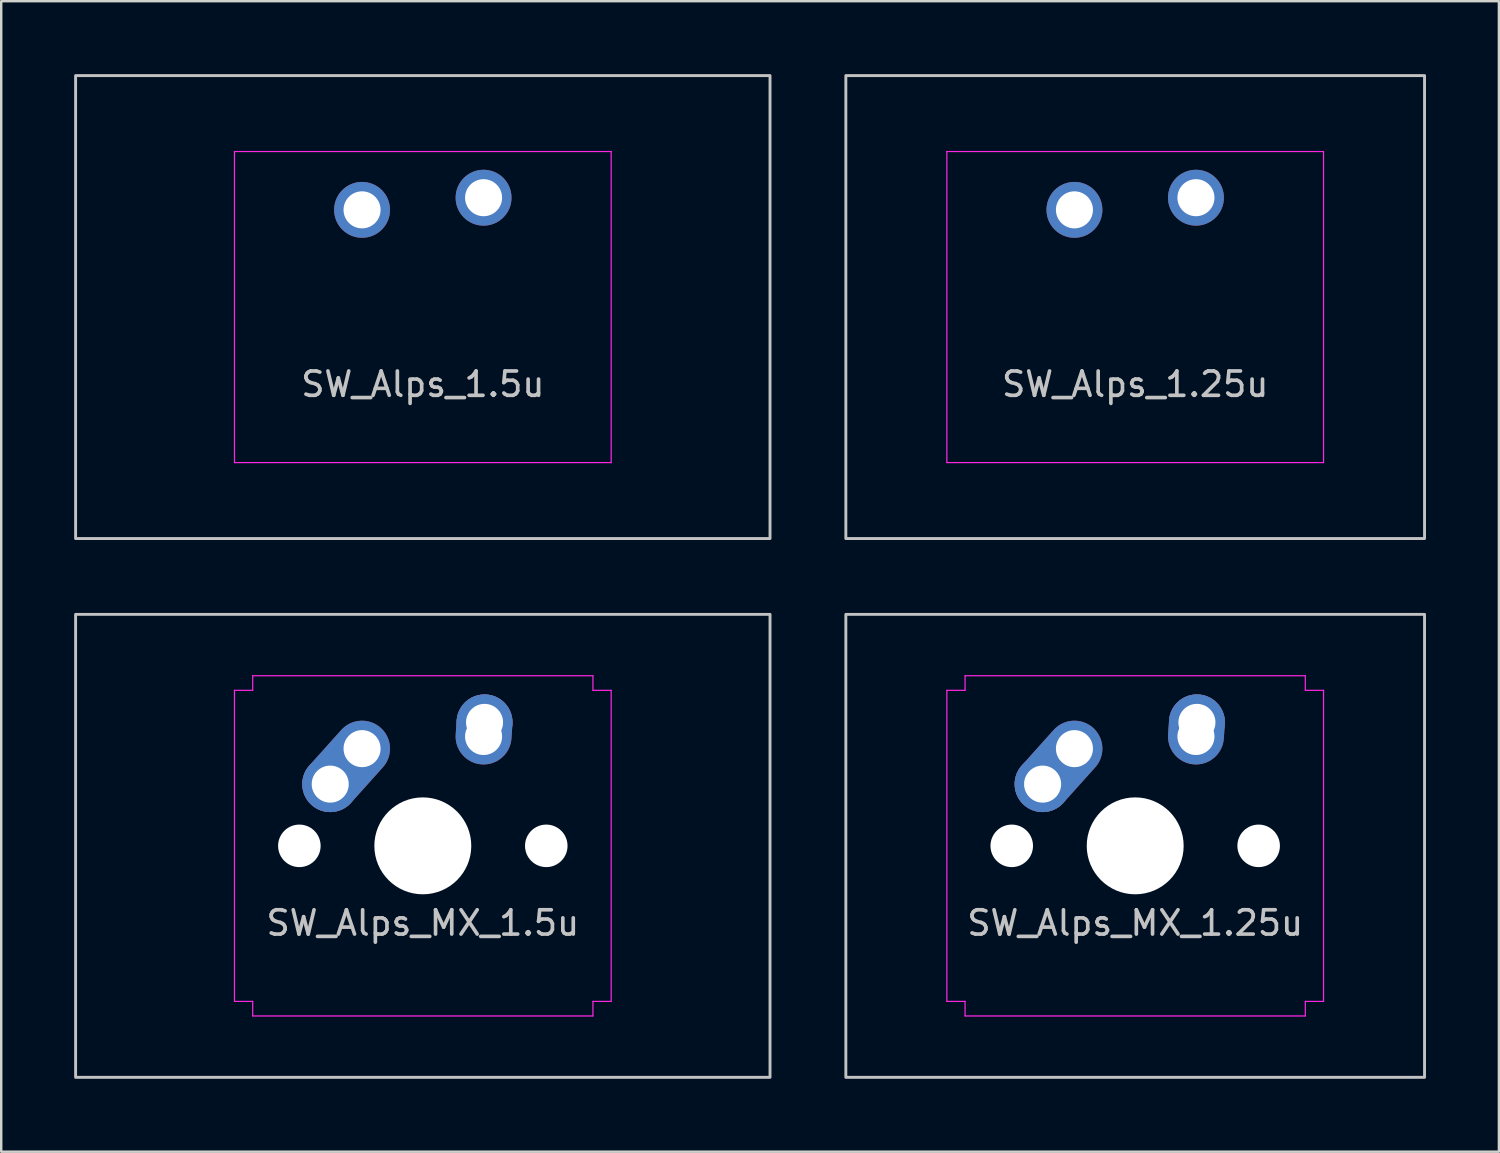
<source format=kicad_pcb>
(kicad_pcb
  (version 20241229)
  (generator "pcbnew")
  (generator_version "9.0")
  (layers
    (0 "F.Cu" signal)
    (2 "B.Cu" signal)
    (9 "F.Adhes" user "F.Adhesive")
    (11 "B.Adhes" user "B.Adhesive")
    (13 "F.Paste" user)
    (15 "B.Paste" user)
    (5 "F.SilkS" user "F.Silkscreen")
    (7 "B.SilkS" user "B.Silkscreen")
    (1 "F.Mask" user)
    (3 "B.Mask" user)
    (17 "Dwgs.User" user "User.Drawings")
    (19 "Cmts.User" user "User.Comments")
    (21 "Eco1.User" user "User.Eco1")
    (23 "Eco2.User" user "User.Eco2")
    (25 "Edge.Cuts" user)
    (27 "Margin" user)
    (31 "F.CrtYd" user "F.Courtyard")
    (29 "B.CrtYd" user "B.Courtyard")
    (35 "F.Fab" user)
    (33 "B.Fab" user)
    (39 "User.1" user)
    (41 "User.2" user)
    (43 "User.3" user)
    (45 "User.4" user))
  (footprint "SW_Alps_1.5u"
    (layer "F.Cu")
    (at 14.348 9.585)
    (property "Reference" "SW_Alps_1.5u" (at 0 3.175 0) (layer "Dwgs.User") (effects (font (size 1 1) (thickness 0.15))))
    (attr through_hole exclude_from_pos_files exclude_from_bom)
    (fp_rect (start -14.287 -9.525) (end 14.287 9.525) (stroke (width 0.12) (type solid)) (fill no) (layer "Dwgs.User"))
    (fp_line (start -7.75 -5.9) (end -7.75 5.9) (stroke (width 0.05) (type solid)) (layer "Eco2.User"))
    (fp_line (start -7.25 -6.4) (end 7.25 -6.4) (stroke (width 0.05) (type solid)) (layer "Eco2.User"))
    (fp_line (start -7.25 6.4) (end 7.25 6.4) (stroke (width 0.05) (type solid)) (layer "Eco2.User"))
    (fp_line (start 7.75 -5.9) (end 7.75 5.9) (stroke (width 0.05) (type solid)) (layer "Eco2.User"))
    (fp_arc (start -7.75 -5.9) (mid -7.603553 -6.253553) (end -7.25 -6.4) (stroke (width 0.05) (type solid)) (layer "Eco2.User"))
    (fp_arc (start -7.25 6.4) (mid -7.603553 6.253553) (end -7.75 5.9) (stroke (width 0.05) (type solid)) (layer "Eco2.User"))
    (fp_arc (start 7.25 -6.4) (mid 7.603553 -6.253553) (end 7.75 -5.9) (stroke (width 0.05) (type solid)) (layer "Eco2.User"))
    (fp_arc (start 7.75 5.9) (mid 7.603553 6.253553) (end 7.25 6.4) (stroke (width 0.05) (type solid)) (layer "Eco2.User"))
    (fp_line (start -7.75 -6.4) (end -7.75 6.4) (stroke (width 0.05) (type solid)) (layer "F.CrtYd"))
    (fp_line (start -7.75 6.4) (end 7.75 6.4) (stroke (width 0.05) (type solid)) (layer "F.CrtYd"))
    (fp_line (start 7.75 -6.4) (end -7.75 -6.4) (stroke (width 0.05) (type solid)) (layer "F.CrtYd"))
    (fp_line (start 7.75 6.4) (end 7.75 -6.4) (stroke (width 0.05) (type solid)) (layer "F.CrtYd"))
    (pad "1" thru_hole circle (at -2.5 -4 318.1) (size 2.3 2.3) (drill 1.524) (layers "*.Cu" "B.Mask"))
    (pad "2" thru_hole circle (at 2.5 -4.5 176.1) (size 2.3 2.3) (drill 1.524) (layers "*.Cu" "B.Mask")))
  (footprint "SW_Alps_MX_1.5u"
    (layer "F.Cu")
    (at 14.348 31.755)
    (property "Reference" "SW_Alps_MX_1.5u" (at 0 3.175 0) (layer "Dwgs.User") (effects (font (size 1 1) (thickness 0.15))))
    (attr through_hole exclude_from_pos_files exclude_from_bom)
    (fp_rect (start -14.287 -9.525) (end 14.287 9.525) (stroke (width 0.12) (type solid)) (fill no) (layer "Dwgs.User"))
    (fp_line (start -7.75 -5.9) (end -7.75 5.9) (stroke (width 0.05) (type solid)) (layer "Eco2.User"))
    (fp_line (start -7.25 -6.4) (end -7 -6.4) (stroke (width 0.05) (type solid)) (layer "Eco2.User"))
    (fp_line (start -7.25 6.4) (end -7 6.4) (stroke (width 0.05) (type solid)) (layer "Eco2.User"))
    (fp_line (start -7 -6.4) (end -7 -6.5) (stroke (width 0.05) (type solid)) (layer "Eco2.User"))
    (fp_line (start -7 6.4) (end -7 6.5) (stroke (width 0.05) (type solid)) (layer "Eco2.User"))
    (fp_line (start -6.5 -7) (end 6.5 -7) (stroke (width 0.05) (type solid)) (layer "Eco2.User"))
    (fp_line (start -6.5 7) (end 6.5 7) (stroke (width 0.05) (type solid)) (layer "Eco2.User"))
    (fp_line (start 7 -6.4) (end 7 -6.5) (stroke (width 0.05) (type solid)) (layer "Eco2.User"))
    (fp_line (start 7 6.4) (end 7 6.5) (stroke (width 0.05) (type solid)) (layer "Eco2.User"))
    (fp_line (start 7.25 -6.4) (end 7 -6.4) (stroke (width 0.05) (type solid)) (layer "Eco2.User"))
    (fp_line (start 7.25 6.4) (end 7 6.4) (stroke (width 0.05) (type solid)) (layer "Eco2.User"))
    (fp_line (start 7.75 -5.9) (end 7.75 5.9) (stroke (width 0.05) (type solid)) (layer "Eco2.User"))
    (fp_arc (start -7.75 -5.9) (mid -7.603553 -6.253553) (end -7.25 -6.4) (stroke (width 0.05) (type solid)) (layer "Eco2.User"))
    (fp_arc (start -7.25 6.4) (mid -7.603553 6.253553) (end -7.75 5.9) (stroke (width 0.05) (type solid)) (layer "Eco2.User"))
    (fp_arc (start -7 -6.5) (mid -6.853553 -6.853553) (end -6.5 -7) (stroke (width 0.05) (type solid)) (layer "Eco2.User"))
    (fp_arc (start -6.5 7) (mid -6.853553 6.853553) (end -7 6.5) (stroke (width 0.05) (type solid)) (layer "Eco2.User"))
    (fp_arc (start 6.5 -7) (mid 6.853553 -6.853553) (end 7 -6.5) (stroke (width 0.05) (type solid)) (layer "Eco2.User"))
    (fp_arc (start 7 6.5) (mid 6.853553 6.853553) (end 6.5 7) (stroke (width 0.05) (type solid)) (layer "Eco2.User"))
    (fp_arc (start 7.25 -6.4) (mid 7.603553 -6.253553) (end 7.75 -5.9) (stroke (width 0.05) (type solid)) (layer "Eco2.User"))
    (fp_arc (start 7.75 5.9) (mid 7.603553 6.253553) (end 7.25 6.4) (stroke (width 0.05) (type solid)) (layer "Eco2.User"))
    (fp_line (start -7.75 -6.4) (end -7.75 6.4) (stroke (width 0.05) (type solid)) (layer "F.CrtYd"))
    (fp_line (start -7.75 -6.4) (end -7 -6.4) (stroke (width 0.05) (type solid)) (layer "F.CrtYd"))
    (fp_line (start -7.75 6.4) (end -7 6.4) (stroke (width 0.05) (type solid)) (layer "F.CrtYd"))
    (fp_line (start -7 -7) (end -7 -6.4) (stroke (width 0.05) (type solid)) (layer "F.CrtYd"))
    (fp_line (start -7 7) (end -7 6.4) (stroke (width 0.05) (type solid)) (layer "F.CrtYd"))
    (fp_line (start -7 7) (end 7 7) (stroke (width 0.05) (type solid)) (layer "F.CrtYd"))
    (fp_line (start 7 -7) (end -7 -7) (stroke (width 0.05) (type solid)) (layer "F.CrtYd"))
    (fp_line (start 7 -7) (end 7 -6.4) (stroke (width 0.05) (type solid)) (layer "F.CrtYd"))
    (fp_line (start 7 7) (end 7 6.4) (stroke (width 0.05) (type solid)) (layer "F.CrtYd"))
    (fp_line (start 7.75 -6.4) (end 7 -6.4) (stroke (width 0.05) (type solid)) (layer "F.CrtYd"))
    (fp_line (start 7.75 6.4) (end 7 6.4) (stroke (width 0.05) (type solid)) (layer "F.CrtYd"))
    (fp_line (start 7.75 6.4) (end 7.75 -6.4) (stroke (width 0.05) (type solid)) (layer "F.CrtYd"))
    (pad "" np_thru_hole circle (at -5.08 0) (size 1.75 1.75) (drill 1.75) (layers "*.Cu" "*.Mask"))
    (pad "" np_thru_hole circle (at 0 0) (size 3.988 3.988) (drill 3.988) (layers "*.Cu" "*.Mask"))
    (pad "" np_thru_hole circle (at 5.08 0) (size 1.75 1.75) (drill 1.75) (layers "*.Cu" "*.Mask"))
    (pad "1" thru_hole circle (at -3.81 -2.54) (size 2.3 2.3) (drill 1.524) (layers "*.Cu" "B.Mask"))
    (pad "1" thru_hole oval (at -2.5 -4 318.1) (size 2.3 4.262) (drill 1.524 (offset 0 0.981)) (layers "*.Cu" "B.Mask"))
    (pad "2" thru_hole oval (at 2.5 -4.5 176.1) (size 2.3 2.881) (drill 1.524 (offset 0 0.29)) (layers "*.Cu" "B.Mask"))
    (pad "2" thru_hole circle (at 2.54 -5.08) (size 2.3 2.3) (drill 1.524) (layers "*.Cu" "B.Mask")))
  (footprint "SW_Alps_MX_1.25u"
    (layer "F.Cu")
    (at 43.661 31.755)
    (property "Reference" "SW_Alps_MX_1.25u" (at 0 3.175 0) (layer "Dwgs.User") (effects (font (size 1 1) (thickness 0.15))))
    (attr through_hole exclude_from_pos_files exclude_from_bom)
    (fp_rect (start -11.906 -9.525) (end 11.906 9.525) (stroke (width 0.12) (type solid)) (fill no) (layer "Dwgs.User"))
    (fp_line (start -7.75 -5.9) (end -7.75 5.9) (stroke (width 0.05) (type solid)) (layer "Eco2.User"))
    (fp_line (start -7.25 -6.4) (end -7 -6.4) (stroke (width 0.05) (type solid)) (layer "Eco2.User"))
    (fp_line (start -7.25 6.4) (end -7 6.4) (stroke (width 0.05) (type solid)) (layer "Eco2.User"))
    (fp_line (start -7 -6.4) (end -7 -6.5) (stroke (width 0.05) (type solid)) (layer "Eco2.User"))
    (fp_line (start -7 6.4) (end -7 6.5) (stroke (width 0.05) (type solid)) (layer "Eco2.User"))
    (fp_line (start -6.5 -7) (end 6.5 -7) (stroke (width 0.05) (type solid)) (layer "Eco2.User"))
    (fp_line (start -6.5 7) (end 6.5 7) (stroke (width 0.05) (type solid)) (layer "Eco2.User"))
    (fp_line (start 7 -6.4) (end 7 -6.5) (stroke (width 0.05) (type solid)) (layer "Eco2.User"))
    (fp_line (start 7 6.4) (end 7 6.5) (stroke (width 0.05) (type solid)) (layer "Eco2.User"))
    (fp_line (start 7.25 -6.4) (end 7 -6.4) (stroke (width 0.05) (type solid)) (layer "Eco2.User"))
    (fp_line (start 7.25 6.4) (end 7 6.4) (stroke (width 0.05) (type solid)) (layer "Eco2.User"))
    (fp_line (start 7.75 -5.9) (end 7.75 5.9) (stroke (width 0.05) (type solid)) (layer "Eco2.User"))
    (fp_arc (start -7.75 -5.9) (mid -7.603553 -6.253553) (end -7.25 -6.4) (stroke (width 0.05) (type solid)) (layer "Eco2.User"))
    (fp_arc (start -7.25 6.4) (mid -7.603553 6.253553) (end -7.75 5.9) (stroke (width 0.05) (type solid)) (layer "Eco2.User"))
    (fp_arc (start -7 -6.5) (mid -6.853553 -6.853553) (end -6.5 -7) (stroke (width 0.05) (type solid)) (layer "Eco2.User"))
    (fp_arc (start -6.5 7) (mid -6.853553 6.853553) (end -7 6.5) (stroke (width 0.05) (type solid)) (layer "Eco2.User"))
    (fp_arc (start 6.5 -7) (mid 6.853553 -6.853553) (end 7 -6.5) (stroke (width 0.05) (type solid)) (layer "Eco2.User"))
    (fp_arc (start 7 6.5) (mid 6.853553 6.853553) (end 6.5 7) (stroke (width 0.05) (type solid)) (layer "Eco2.User"))
    (fp_arc (start 7.25 -6.4) (mid 7.603553 -6.253553) (end 7.75 -5.9) (stroke (width 0.05) (type solid)) (layer "Eco2.User"))
    (fp_arc (start 7.75 5.9) (mid 7.603553 6.253553) (end 7.25 6.4) (stroke (width 0.05) (type solid)) (layer "Eco2.User"))
    (fp_line (start -7.75 -6.4) (end -7.75 6.4) (stroke (width 0.05) (type solid)) (layer "F.CrtYd"))
    (fp_line (start -7.75 -6.4) (end -7 -6.4) (stroke (width 0.05) (type solid)) (layer "F.CrtYd"))
    (fp_line (start -7.75 6.4) (end -7 6.4) (stroke (width 0.05) (type solid)) (layer "F.CrtYd"))
    (fp_line (start -7 -7) (end -7 -6.4) (stroke (width 0.05) (type solid)) (layer "F.CrtYd"))
    (fp_line (start -7 7) (end -7 6.4) (stroke (width 0.05) (type solid)) (layer "F.CrtYd"))
    (fp_line (start -7 7) (end 7 7) (stroke (width 0.05) (type solid)) (layer "F.CrtYd"))
    (fp_line (start 7 -7) (end -7 -7) (stroke (width 0.05) (type solid)) (layer "F.CrtYd"))
    (fp_line (start 7 -7) (end 7 -6.4) (stroke (width 0.05) (type solid)) (layer "F.CrtYd"))
    (fp_line (start 7 7) (end 7 6.4) (stroke (width 0.05) (type solid)) (layer "F.CrtYd"))
    (fp_line (start 7.75 -6.4) (end 7 -6.4) (stroke (width 0.05) (type solid)) (layer "F.CrtYd"))
    (fp_line (start 7.75 6.4) (end 7 6.4) (stroke (width 0.05) (type solid)) (layer "F.CrtYd"))
    (fp_line (start 7.75 6.4) (end 7.75 -6.4) (stroke (width 0.05) (type solid)) (layer "F.CrtYd"))
    (pad "" np_thru_hole circle (at -5.08 0) (size 1.75 1.75) (drill 1.75) (layers "*.Cu" "*.Mask"))
    (pad "" np_thru_hole circle (at 0 0) (size 3.988 3.988) (drill 3.988) (layers "*.Cu" "*.Mask"))
    (pad "" np_thru_hole circle (at 5.08 0) (size 1.75 1.75) (drill 1.75) (layers "*.Cu" "*.Mask"))
    (pad "1" thru_hole circle (at -3.81 -2.54) (size 2.3 2.3) (drill 1.524) (layers "*.Cu" "B.Mask"))
    (pad "1" thru_hole oval (at -2.5 -4 318.1) (size 2.3 4.262) (drill 1.524 (offset 0 0.981)) (layers "*.Cu" "B.Mask"))
    (pad "2" thru_hole oval (at 2.5 -4.5 176.1) (size 2.3 2.881) (drill 1.524 (offset 0 0.29)) (layers "*.Cu" "B.Mask"))
    (pad "2" thru_hole circle (at 2.54 -5.08) (size 2.3 2.3) (drill 1.524) (layers "*.Cu" "B.Mask")))
  (footprint "SW_Alps_1.25u"
    (layer "F.Cu")
    (at 43.661 9.585)
    (property "Reference" "SW_Alps_1.25u" (at 0 3.175 0) (layer "Dwgs.User") (effects (font (size 1 1) (thickness 0.15))))
    (attr through_hole exclude_from_pos_files exclude_from_bom)
    (fp_rect (start -11.906 -9.525) (end 11.906 9.525) (stroke (width 0.12) (type solid)) (fill no) (layer "Dwgs.User"))
    (fp_line (start -7.75 -5.9) (end -7.75 5.9) (stroke (width 0.05) (type solid)) (layer "Eco2.User"))
    (fp_line (start -7.25 -6.4) (end 7.25 -6.4) (stroke (width 0.05) (type solid)) (layer "Eco2.User"))
    (fp_line (start -7.25 6.4) (end 7.25 6.4) (stroke (width 0.05) (type solid)) (layer "Eco2.User"))
    (fp_line (start 7.75 -5.9) (end 7.75 5.9) (stroke (width 0.05) (type solid)) (layer "Eco2.User"))
    (fp_arc (start -7.75 -5.9) (mid -7.603553 -6.253553) (end -7.25 -6.4) (stroke (width 0.05) (type solid)) (layer "Eco2.User"))
    (fp_arc (start -7.25 6.4) (mid -7.603553 6.253553) (end -7.75 5.9) (stroke (width 0.05) (type solid)) (layer "Eco2.User"))
    (fp_arc (start 7.25 -6.4) (mid 7.603553 -6.253553) (end 7.75 -5.9) (stroke (width 0.05) (type solid)) (layer "Eco2.User"))
    (fp_arc (start 7.75 5.9) (mid 7.603553 6.253553) (end 7.25 6.4) (stroke (width 0.05) (type solid)) (layer "Eco2.User"))
    (fp_line (start -7.75 -6.4) (end -7.75 6.4) (stroke (width 0.05) (type solid)) (layer "F.CrtYd"))
    (fp_line (start -7.75 6.4) (end 7.75 6.4) (stroke (width 0.05) (type solid)) (layer "F.CrtYd"))
    (fp_line (start 7.75 -6.4) (end -7.75 -6.4) (stroke (width 0.05) (type solid)) (layer "F.CrtYd"))
    (fp_line (start 7.75 6.4) (end 7.75 -6.4) (stroke (width 0.05) (type solid)) (layer "F.CrtYd"))
    (pad "1" thru_hole circle (at -2.5 -4 318.1) (size 2.3 2.3) (drill 1.524) (layers "*.Cu" "B.Mask"))
    (pad "2" thru_hole circle (at 2.5 -4.5 176.1) (size 2.3 2.3) (drill 1.524) (layers "*.Cu" "B.Mask")))
  (gr_rect
    (start -3 -3)
    (end 58.627 44.34)
    (stroke (width 0.1) (type default))
    (fill no)
    (layer "Edge.Cuts")))
</source>
